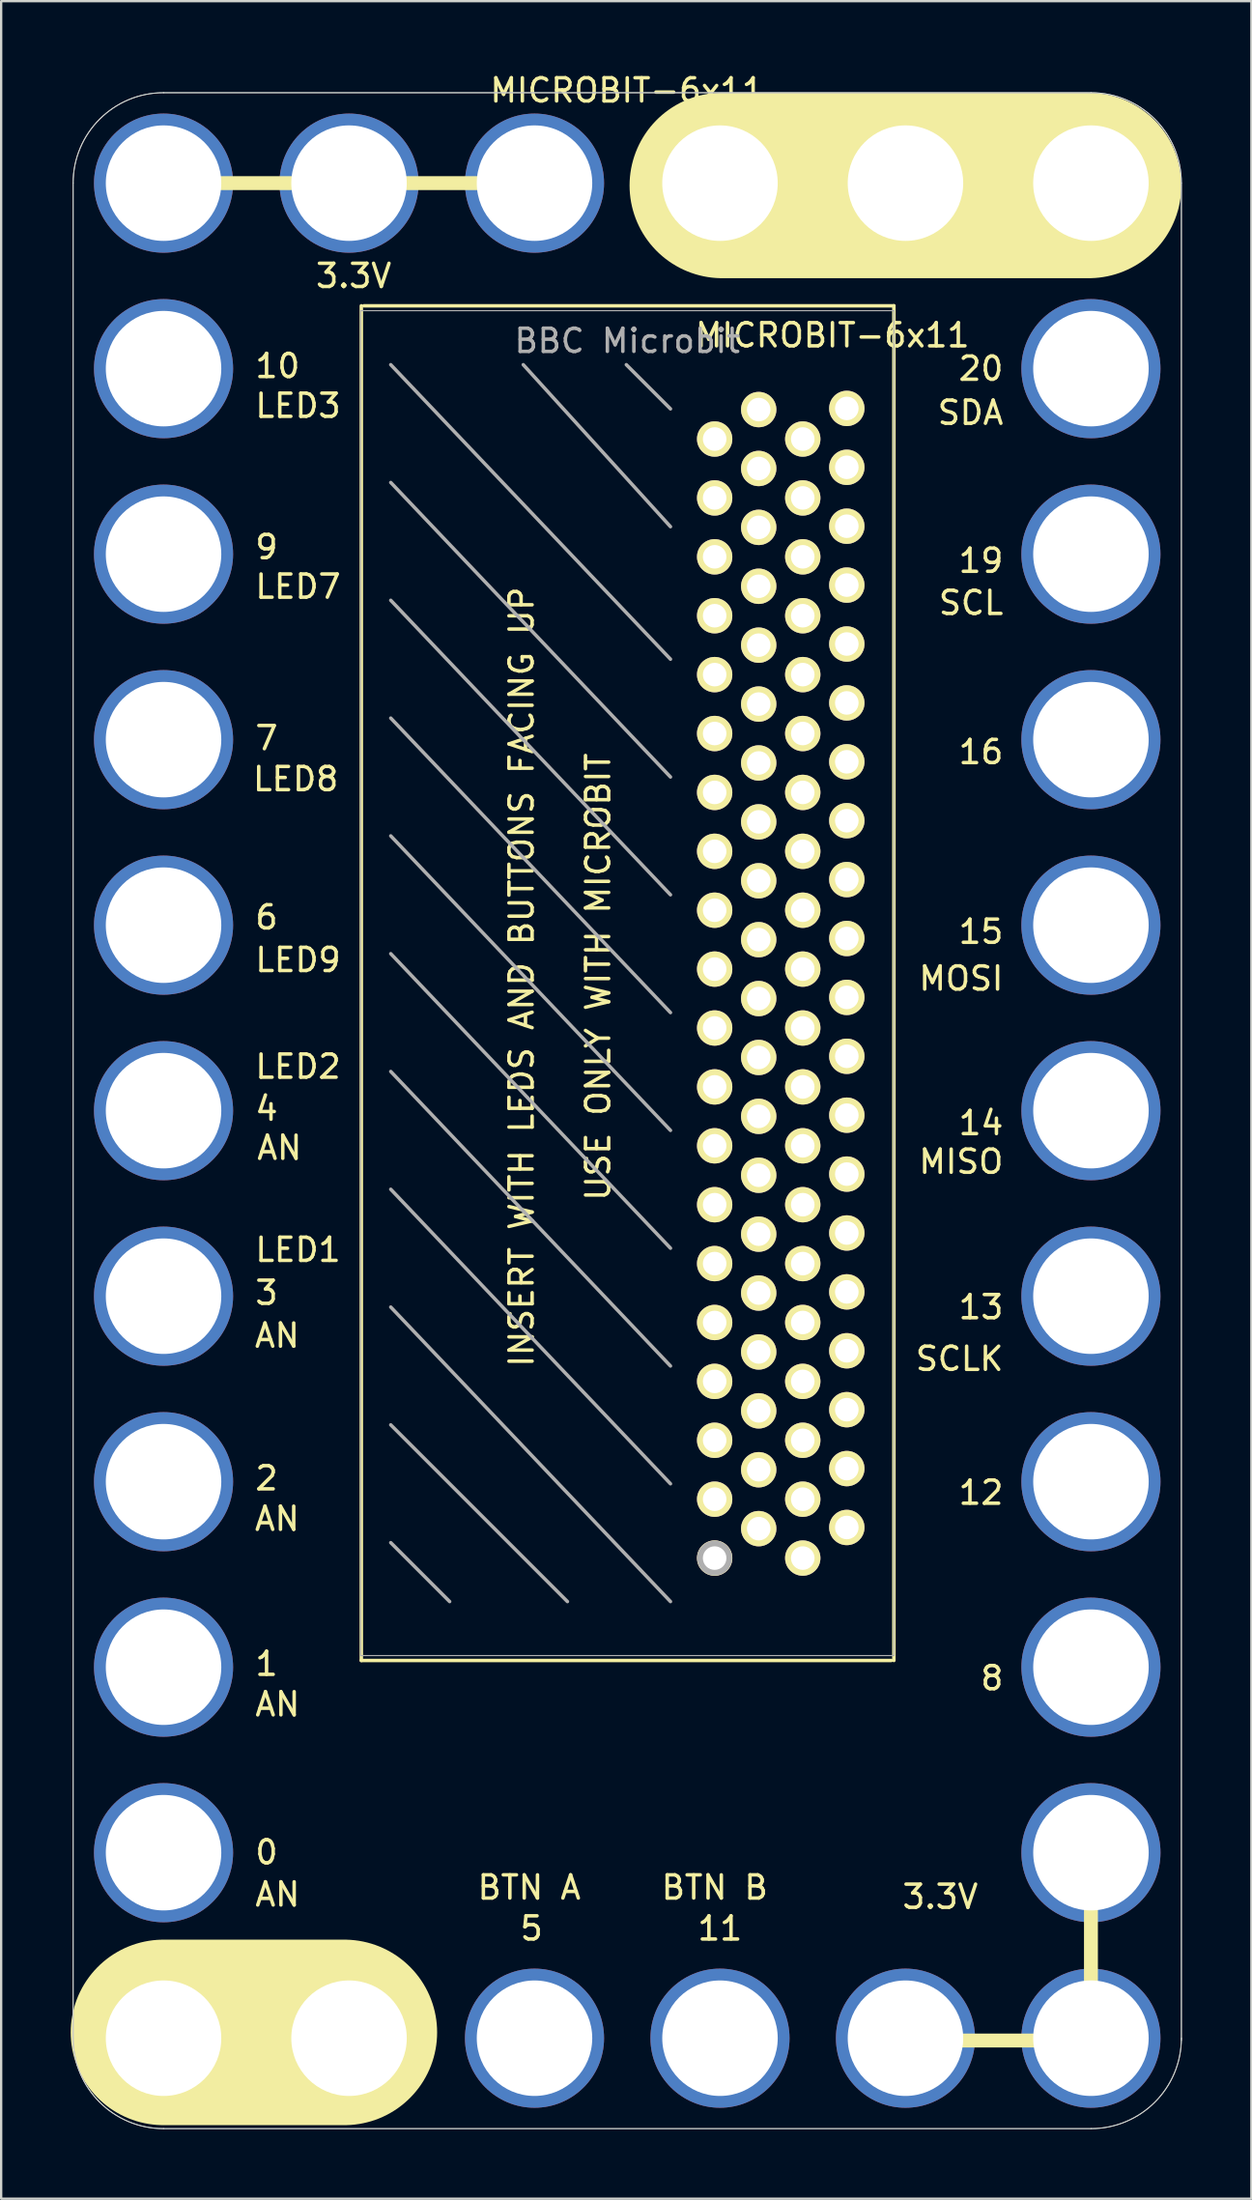
<source format=kicad_pcb>
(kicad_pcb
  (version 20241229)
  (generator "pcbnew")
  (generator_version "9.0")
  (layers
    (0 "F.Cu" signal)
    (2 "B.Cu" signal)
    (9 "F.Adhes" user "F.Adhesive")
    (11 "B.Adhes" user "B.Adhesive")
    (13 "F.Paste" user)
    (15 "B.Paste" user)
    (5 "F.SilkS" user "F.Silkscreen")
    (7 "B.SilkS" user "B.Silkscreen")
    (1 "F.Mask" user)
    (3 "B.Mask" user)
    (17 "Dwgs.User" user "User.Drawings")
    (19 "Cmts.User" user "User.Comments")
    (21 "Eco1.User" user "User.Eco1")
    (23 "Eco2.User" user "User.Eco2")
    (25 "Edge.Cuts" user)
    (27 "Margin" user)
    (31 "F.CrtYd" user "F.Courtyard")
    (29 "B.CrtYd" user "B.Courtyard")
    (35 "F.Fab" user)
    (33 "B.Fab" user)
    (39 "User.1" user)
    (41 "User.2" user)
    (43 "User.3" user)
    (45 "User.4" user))
  (footprint "MICROBIT-6x11"
    (layer "F.Cu")
    (at 4.004 4.848)
    (property "Reference" "MICROBIT-6x11" (at 20 -4 180) (layer "F.SilkS") (effects (font (size 1 1) (thickness 0.15))))
    (attr through_hole)
    (fp_line (start -0.5 0) (end 16.3 0) (stroke (width 0.6) (type solid)) (layer "F.SilkS"))
    (fp_line (start 7.8 79.75) (end -0.004 79.75) (stroke (width 8) (type solid)) (layer "F.SilkS"))
    (fp_line (start 8.53 63.71) (end 8.53 5.29) (stroke (width 0.15) (type solid)) (layer "F.SilkS"))
    (fp_line (start 8.53 63.71) (end 31.39 63.71) (stroke (width 0.15) (type solid)) (layer "F.SilkS"))
    (fp_line (start 8.64 5.29) (end 31.5 5.29) (stroke (width 0.15) (type solid)) (layer "F.SilkS"))
    (fp_line (start 24.1 0.1) (end 39.9 0.1) (stroke (width 8) (type solid)) (layer "F.SilkS"))
    (fp_line (start 31.5 63.71) (end 31.5 5.29) (stroke (width 0.15) (type solid)) (layer "F.SilkS"))
    (fp_line (start 32 80.1) (end 39.9 80.1) (stroke (width 0.6) (type solid)) (layer "F.SilkS"))
    (fp_line (start 40 72.2) (end 40 80.1) (stroke (width 0.6) (type solid)) (layer "F.SilkS"))
    (fp_line (start -3.9 0) (end -3.9 80) (stroke (width 0.041) (type solid)) (layer "Edge.Cuts"))
    (fp_line (start 0 83.9) (end 40 83.9) (stroke (width 0.041) (type solid)) (layer "Edge.Cuts"))
    (fp_line (start 40 -3.9) (end 0 -3.9) (stroke (width 0.041) (type solid)) (layer "Edge.Cuts"))
    (fp_line (start 43.9 80.1) (end 43.9 0) (stroke (width 0.041) (type solid)) (layer "Edge.Cuts"))
    (fp_arc (start -3.9 0) (mid -2.757716 -2.757716) (end 0 -3.9) (stroke (width 0.04064) (type solid)) (layer "Edge.Cuts"))
    (fp_arc (start 0 83.9) (mid -2.755309 82.760122) (end -3.899994 80.006807) (stroke (width 0.04064) (type solid)) (layer "Edge.Cuts"))
    (fp_arc (start 40 -3.9) (mid 42.755309 -2.760122) (end 43.899994 -0.006807) (stroke (width 0.04064) (type solid)) (layer "Edge.Cuts"))
    (fp_arc (start 43.9 80) (mid 42.757716 82.757716) (end 40 83.9) (stroke (width 0.04064) (type solid)) (layer "Edge.Cuts"))
    (fp_line (start -3.9 0) (end -3.9 80) (stroke (width 0.041) (type solid)) (layer "F.Fab"))
    (fp_line (start 0 83.9) (end 40 83.9) (stroke (width 0.041) (type solid)) (layer "F.Fab"))
    (fp_line (start 8.5 5.5) (end 31.5 5.5) (stroke (width 0.05) (type solid)) (layer "F.Fab"))
    (fp_line (start 8.5 63.5) (end 8.5 5.5) (stroke (width 0.05) (type solid)) (layer "F.Fab"))
    (fp_line (start 8.5 63.5) (end 31.5 63.5) (stroke (width 0.05) (type solid)) (layer "F.Fab"))
    (fp_line (start 12.34 61.17) (end 9.8 58.63) (stroke (width 0.15) (type solid)) (layer "F.Fab"))
    (fp_line (start 17.42 61.17) (end 9.8 53.55) (stroke (width 0.15) (type solid)) (layer "F.Fab"))
    (fp_line (start 19.96 7.83) (end 21.865 9.735) (stroke (width 0.15) (type solid)) (layer "F.Fab"))
    (fp_line (start 21.865 14.815) (end 15.515 7.83) (stroke (width 0.15) (type solid)) (layer "F.Fab"))
    (fp_line (start 21.865 20.53) (end 9.8 7.83) (stroke (width 0.15) (type solid)) (layer "F.Fab"))
    (fp_line (start 21.865 25.61) (end 9.8 12.91) (stroke (width 0.15) (type solid)) (layer "F.Fab"))
    (fp_line (start 21.865 30.69) (end 9.8 17.99) (stroke (width 0.15) (type solid)) (layer "F.Fab"))
    (fp_line (start 21.865 35.77) (end 9.8 23.07) (stroke (width 0.15) (type solid)) (layer "F.Fab"))
    (fp_line (start 21.865 40.85) (end 9.8 28.15) (stroke (width 0.15) (type solid)) (layer "F.Fab"))
    (fp_line (start 21.865 45.93) (end 9.8 33.23) (stroke (width 0.15) (type solid)) (layer "F.Fab"))
    (fp_line (start 21.865 51.01) (end 9.8 38.31) (stroke (width 0.15) (type solid)) (layer "F.Fab"))
    (fp_line (start 21.865 56.09) (end 9.8 43.39) (stroke (width 0.15) (type solid)) (layer "F.Fab"))
    (fp_line (start 21.865 61.17) (end 9.8 48.47) (stroke (width 0.15) (type solid)) (layer "F.Fab"))
    (fp_line (start 31.5 63.5) (end 31.5 5.5) (stroke (width 0.05) (type solid)) (layer "F.Fab"))
    (fp_line (start 40 -3.9) (end 0 -3.9) (stroke (width 0.041) (type solid)) (layer "F.Fab"))
    (fp_line (start 43.9 80) (end 43.9 0) (stroke (width 0.041) (type solid)) (layer "F.Fab"))
    (fp_arc (start -3.9 0) (mid -2.757716 -2.757716) (end 0 -3.9) (stroke (width 0.04064) (type solid)) (layer "F.Fab"))
    (fp_arc (start 0 83.9) (mid -2.755309 82.760122) (end -3.899994 80.006807) (stroke (width 0.04064) (type solid)) (layer "F.Fab"))
    (fp_arc (start 40 -3.9) (mid 42.755309 -2.760122) (end 43.899994 -0.006807) (stroke (width 0.04064) (type solid)) (layer "F.Fab"))
    (fp_arc (start 43.9 80) (mid 42.757716 82.757716) (end 40 83.9) (stroke (width 0.04064) (type solid)) (layer "F.Fab"))
    (fp_circle (center 23.77 59.295) (end 23.77 58.795) (stroke (width 0.5) (type solid)) (fill no) (layer "F.Fab"))
    (fp_text user "LED8" (at 5.7 25.7 0) (layer "F.SilkS") (effects (font (size 1 1) (thickness 0.15))))
    (fp_text user "SCL" (at 34.829 18.1 0) (layer "F.SilkS") (effects (font (size 1 1) (thickness 0.15))))
    (fp_text user "9" (at 4.443 15.694 0) (layer "F.SilkS") (effects (font (size 1 1) (thickness 0.15))))
    (fp_text user "MOSI" (at 34.4 34.3 0) (layer "F.SilkS") (effects (font (size 1 1) (thickness 0.15))))
    (fp_text user "6" (at 4.443 31.664 0) (layer "F.SilkS") (effects (font (size 1 1) (thickness 0.15))))
    (fp_text user "AN" (at 4.919 65.6 0) (layer "F.SilkS") (effects (font (size 1 1) (thickness 0.15))))
    (fp_text user "8" (at 35.733 64.473 0) (layer "F.SilkS") (effects (font (size 1 1) (thickness 0.15))))
    (fp_text user "USE ONLY WITH MICROBIT" (at 18.744 34.23 270) (layer "F.SilkS") (effects (font (size 1 1) (thickness 0.15))))
    (fp_text user "AN" (at 5 41.6 0) (layer "F.SilkS") (effects (font (size 1 1) (thickness 0.15))))
    (fp_text user "SCLK" (at 34.329 50.7 0) (layer "F.SilkS") (effects (font (size 1 1) (thickness 0.15))))
    (fp_text user "14" (at 35.257 40.533 0) (layer "F.SilkS") (effects (font (size 1 1) (thickness 0.15))))
    (fp_text user "0" (at 4.443 71.984 0) (layer "F.SilkS") (effects (font (size 1 1) (thickness 0.15))))
    (fp_text user "3" (at 4.443 47.854 0) (layer "F.SilkS") (effects (font (size 1 1) (thickness 0.15))))
    (fp_text user "3.3V" (at 33.5 73.9 0) (layer "F.SilkS") (effects (font (size 1 1) (thickness 0.15))))
    (fp_text user "AN" (at 4.919 73.8 0) (layer "F.SilkS") (effects (font (size 1 1) (thickness 0.15))))
    (fp_text user "SDA" (at 34.805 9.9 0) (layer "F.SilkS") (effects (font (size 1 1) (thickness 0.15))))
    (fp_text user "11" (at 23.999 75.267 0) (layer "F.SilkS") (effects (font (size 1 1) (thickness 0.15))))
    (fp_text user "4" (at 4.443 39.914 0) (layer "F.SilkS") (effects (font (size 1 1) (thickness 0.15))))
    (fp_text user "BTN A" (at 15.771 73.5 0) (layer "F.SilkS") (effects (font (size 1 1) (thickness 0.15))))
    (fp_text user "INSERT WITH LEDS AND BUTTONS FACING UP" (at 15.442 34.23 270) (layer "F.SilkS") (effects (font (size 1 1) (thickness 0.15))))
    (fp_text user "AN" (at 4.9 57.6 0) (layer "F.SilkS") (effects (font (size 1 1) (thickness 0.15))))
    (fp_text user "LED3" (at 5.8 9.6 0) (layer "F.SilkS") (effects (font (size 1 1) (thickness 0.15))))
    (fp_text user "16" (at 35.257 24.533 0) (layer "F.SilkS") (effects (font (size 1 1) (thickness 0.15))))
    (fp_text user "12" (at 35.257 56.473 0) (layer "F.SilkS") (effects (font (size 1 1) (thickness 0.15))))
    (fp_text user "7" (at 4.443 23.934 0) (layer "F.SilkS") (effects (font (size 1 1) (thickness 0.15))))
    (fp_text user "${REFERENCE}" (at 28.85 6.56 180) (layer "F.SilkS") (effects (font (size 1 1) (thickness 0.15))))
    (fp_text user "LED2" (at 5.8 38.1 0) (layer "F.SilkS") (effects (font (size 1 1) (thickness 0.15))))
    (fp_text user "2" (at 4.443 55.854 0) (layer "F.SilkS") (effects (font (size 1 1) (thickness 0.15))))
    (fp_text user "LED7" (at 5.8 17.4 0) (layer "F.SilkS") (effects (font (size 1 1) (thickness 0.15))))
    (fp_text user "3.3V" (at 8.2 4 180) (layer "F.SilkS") (effects (font (size 1 1) (thickness 0.15))))
    (fp_text user "MISO" (at 34.4 42.2 0) (layer "F.SilkS") (effects (font (size 1 1) (thickness 0.15))))
    (fp_text user "19" (at 35.257 16.283 0) (layer "F.SilkS") (effects (font (size 1 1) (thickness 0.15))))
    (fp_text user "5" (at 15.871 75.267 0) (layer "F.SilkS") (effects (font (size 1 1) (thickness 0.15))))
    (fp_text user "20" (at 35.257 8 0) (layer "F.SilkS") (effects (font (size 1 1) (thickness 0.15))))
    (fp_text user "BTN B" (at 23.771 73.5 0) (layer "F.SilkS") (effects (font (size 1 1) (thickness 0.15))))
    (fp_text user "LED1" (at 5.8 46 0) (layer "F.SilkS") (effects (font (size 1 1) (thickness 0.15))))
    (fp_text user "AN" (at 4.9 49.7 0) (layer "F.SilkS") (effects (font (size 1 1) (thickness 0.15))))
    (fp_text user "10" (at 4.919 7.884 0) (layer "F.SilkS") (effects (font (size 1 1) (thickness 0.15))))
    (fp_text user "15" (at 35.257 32.283 0) (layer "F.SilkS") (effects (font (size 1 1) (thickness 0.15))))
    (fp_text user "13" (at 35.257 48.473 0) (layer "F.SilkS") (effects (font (size 1 1) (thickness 0.15))))
    (fp_text user "1" (at 4.443 63.854 0) (layer "F.SilkS") (effects (font (size 1 1) (thickness 0.15))))
    (fp_text user "LED9" (at 5.8 33.5 0) (layer "F.SilkS") (effects (font (size 1 1) (thickness 0.15))))
    (fp_text user "BBC Microbit" (at 20 6.8 0) (layer "F.Fab") (effects (font (size 1 1) (thickness 0.15))))
    (pad "0" thru_hole circle (at 0 72 270) (size 6 6) (drill 4.98) (layers "*.Cu" "*.Mask"))
    (pad "0" thru_hole circle (at 27.57 54.215 90) (size 1.524 1.524) (drill 1.016) (layers "*.Cu" "*.Mask" "F.SilkS"))
    (pad "0" thru_hole circle (at 27.57 56.755 90) (size 1.524 1.524) (drill 1.016) (layers "*.Cu" "*.Mask" "F.SilkS"))
    (pad "0" thru_hole circle (at 29.47 55.435 90) (size 1.524 1.524) (drill 1.016) (layers "*.Cu" "*.Mask" "F.SilkS"))
    (pad "0" thru_hole circle (at 29.47 57.975 90) (size 1.524 1.524) (drill 1.016) (layers "*.Cu" "*.Mask" "F.SilkS"))
    (pad "1" thru_hole circle (at 0 64 270) (size 6 6) (drill 4.98) (layers "*.Cu" "*.Mask"))
    (pad "1" thru_hole circle (at 27.57 44.055 90) (size 1.524 1.524) (drill 1.016) (layers "*.Cu" "*.Mask" "F.SilkS"))
    (pad "1" thru_hole circle (at 27.57 46.595 90) (size 1.524 1.524) (drill 1.016) (layers "*.Cu" "*.Mask" "F.SilkS"))
    (pad "1" thru_hole circle (at 29.47 45.275 90) (size 1.524 1.524) (drill 1.016) (layers "*.Cu" "*.Mask" "F.SilkS"))
    (pad "1" thru_hole circle (at 29.47 47.815 90) (size 1.524 1.524) (drill 1.016) (layers "*.Cu" "*.Mask" "F.SilkS"))
    (pad "2" thru_hole circle (at 0 56 270) (size 6 6) (drill 4.98) (layers "*.Cu" "*.Mask"))
    (pad "2" thru_hole circle (at 27.57 33.895 90) (size 1.524 1.524) (drill 1.016) (layers "*.Cu" "*.Mask" "F.SilkS"))
    (pad "2" thru_hole circle (at 27.57 36.435 90) (size 1.524 1.524) (drill 1.016) (layers "*.Cu" "*.Mask" "F.SilkS"))
    (pad "2" thru_hole circle (at 29.47 32.575 90) (size 1.524 1.524) (drill 1.016) (layers "*.Cu" "*.Mask" "F.SilkS"))
    (pad "2" thru_hole circle (at 29.47 35.115 90) (size 1.524 1.524) (drill 1.016) (layers "*.Cu" "*.Mask" "F.SilkS"))
    (pad "3" thru_hole circle (at 0 48 270) (size 6 6) (drill 4.98) (layers "*.Cu" "*.Mask"))
    (pad "3" thru_hole circle (at 27.57 59.295 90) (size 1.524 1.524) (drill 1.016) (layers "*.Cu" "*.Mask" "F.SilkS"))
    (pad "3V" thru_hole circle (at 0 0 270) (size 6 6) (drill 4.98) (layers "*.Cu" "*.Mask"))
    (pad "3V" thru_hole circle (at 8 0 270) (size 6 6) (drill 4.98) (layers "*.Cu" "*.Mask"))
    (pad "3V" thru_hole circle (at 16 0 270) (size 6 6) (drill 4.98) (layers "*.Cu" "*.Mask"))
    (pad "3V" thru_hole circle (at 27.57 21.195 90) (size 1.524 1.524) (drill 1.016) (layers "*.Cu" "*.Mask" "F.SilkS"))
    (pad "3V" thru_hole circle (at 27.57 23.735 90) (size 1.524 1.524) (drill 1.016) (layers "*.Cu" "*.Mask" "F.SilkS"))
    (pad "3V" thru_hole circle (at 27.57 26.275 90) (size 1.524 1.524) (drill 1.016) (layers "*.Cu" "*.Mask" "F.SilkS"))
    (pad "3V" thru_hole circle (at 29.47 19.875 90) (size 1.524 1.524) (drill 1.016) (layers "*.Cu" "*.Mask" "F.SilkS"))
    (pad "3V" thru_hole circle (at 29.47 22.415 90) (size 1.524 1.524) (drill 1.016) (layers "*.Cu" "*.Mask" "F.SilkS"))
    (pad "3V" thru_hole circle (at 29.47 24.955 90) (size 1.524 1.524) (drill 1.016) (layers "*.Cu" "*.Mask" "F.SilkS"))
    (pad "3V" thru_hole circle (at 32 80 270) (size 6 6) (drill 4.98) (layers "*.Cu" "*.Mask"))
    (pad "3V" thru_hole circle (at 39.999 80 270) (size 6 6) (drill 4.98) (layers "*.Cu" "*.Mask"))
    (pad "3V" thru_hole circle (at 40 72 270) (size 6 6) (drill 4.98) (layers "*.Cu" "*.Mask"))
    (pad "4" thru_hole circle (at 0 40 270) (size 6 6) (drill 4.98) (layers "*.Cu" "*.Mask"))
    (pad "4" thru_hole circle (at 29.47 52.895 90) (size 1.524 1.524) (drill 1.016) (layers "*.Cu" "*.Mask" "F.SilkS"))
    (pad "5" thru_hole circle (at 16 80 270) (size 6 6) (drill 4.98) (layers "*.Cu" "*.Mask"))
    (pad "5" thru_hole circle (at 27.57 51.675 90) (size 1.524 1.524) (drill 1.016) (layers "*.Cu" "*.Mask" "F.SilkS"))
    (pad "6" thru_hole circle (at 0 32 270) (size 6 6) (drill 4.98) (layers "*.Cu" "*.Mask"))
    (pad "6" thru_hole circle (at 29.47 50.355 90) (size 1.524 1.524) (drill 1.016) (layers "*.Cu" "*.Mask" "F.SilkS"))
    (pad "7" thru_hole circle (at 0 24 270) (size 6 6) (drill 4.98) (layers "*.Cu" "*.Mask"))
    (pad "7" thru_hole circle (at 27.57 49.135 90) (size 1.524 1.524) (drill 1.016) (layers "*.Cu" "*.Mask" "F.SilkS"))
    (pad "8" thru_hole circle (at 29.47 42.735 90) (size 1.524 1.524) (drill 1.016) (layers "*.Cu" "*.Mask" "F.SilkS"))
    (pad "8" thru_hole circle (at 40 64 270) (size 6 6) (drill 4.98) (layers "*.Cu" "*.Mask"))
    (pad "9" thru_hole circle (at 0 16 270) (size 6 6) (drill 4.98) (layers "*.Cu" "*.Mask"))
    (pad "9" thru_hole circle (at 27.57 41.515 90) (size 1.524 1.524) (drill 1.016) (layers "*.Cu" "*.Mask" "F.SilkS"))
    (pad "10" thru_hole circle (at 0 8 270) (size 6 6) (drill 4.98) (layers "*.Cu" "*.Mask"))
    (pad "10" thru_hole circle (at 29.47 40.195 90) (size 1.524 1.524) (drill 1.016) (layers "*.Cu" "*.Mask" "F.SilkS"))
    (pad "11" thru_hole circle (at 24 80 270) (size 6 6) (drill 4.98) (layers "*.Cu" "*.Mask"))
    (pad "11" thru_hole circle (at 27.57 38.975 90) (size 1.524 1.524) (drill 1.016) (layers "*.Cu" "*.Mask" "F.SilkS"))
    (pad "12" thru_hole circle (at 29.47 37.655 90) (size 1.524 1.524) (drill 1.016) (layers "*.Cu" "*.Mask" "F.SilkS"))
    (pad "12" thru_hole circle (at 40 56 270) (size 6 6) (drill 4.98) (layers "*.Cu" "*.Mask"))
    (pad "13" thru_hole circle (at 27.57 31.355 90) (size 1.524 1.524) (drill 1.016) (layers "*.Cu" "*.Mask" "F.SilkS"))
    (pad "13" thru_hole circle (at 39.999 48 270) (size 6 6) (drill 4.98) (layers "*.Cu" "*.Mask"))
    (pad "14" thru_hole circle (at 29.47 30.035 90) (size 1.524 1.524) (drill 1.016) (layers "*.Cu" "*.Mask" "F.SilkS"))
    (pad "14" thru_hole circle (at 40 40 270) (size 6 6) (drill 4.98) (layers "*.Cu" "*.Mask"))
    (pad "15" thru_hole circle (at 27.57 28.815 90) (size 1.524 1.524) (drill 1.016) (layers "*.Cu" "*.Mask" "F.SilkS"))
    (pad "15" thru_hole circle (at 39.999 32 270) (size 6 6) (drill 4.98) (layers "*.Cu" "*.Mask"))
    (pad "16" thru_hole circle (at 29.47 27.495 90) (size 1.524 1.524) (drill 1.016) (layers "*.Cu" "*.Mask" "F.SilkS"))
    (pad "16" thru_hole circle (at 39.999 24 270) (size 6 6) (drill 4.98) (layers "*.Cu" "*.Mask"))
    (pad "19" thru_hole circle (at 27.57 18.655 90) (size 1.524 1.524) (drill 1.016) (layers "*.Cu" "*.Mask" "F.SilkS"))
    (pad "19" thru_hole circle (at 39.999 16 270) (size 6 6) (drill 4.98) (layers "*.Cu" "*.Mask"))
    (pad "20" thru_hole circle (at 29.47 17.335 90) (size 1.524 1.524) (drill 1.016) (layers "*.Cu" "*.Mask" "F.SilkS"))
    (pad "20" thru_hole circle (at 39.999 8 270) (size 6 6) (drill 4.98) (layers "*.Cu" "*.Mask"))
    (pad "GND" thru_hole circle (at 0 80 270) (size 6 6) (drill 4.98) (layers "*.Cu" "*.Mask"))
    (pad "GND" thru_hole circle (at 8 80 270) (size 6 6) (drill 4.98) (layers "*.Cu" "*.Mask"))
    (pad "GND" thru_hole circle (at 24 0 270) (size 6 6) (drill 4.98) (layers "*.Cu" "*.Mask"))
    (pad "GND" thru_hole circle (at 27.57 11.035 90) (size 1.524 1.524) (drill 1.016) (layers "*.Cu" "*.Mask" "F.SilkS"))
    (pad "GND" thru_hole circle (at 27.57 13.575 90) (size 1.524 1.524) (drill 1.016) (layers "*.Cu" "*.Mask" "F.SilkS"))
    (pad "GND" thru_hole circle (at 27.57 16.115 90) (size 1.524 1.524) (drill 1.016) (layers "*.Cu" "*.Mask" "F.SilkS"))
    (pad "GND" thru_hole circle (at 29.47 9.715 90) (size 1.524 1.524) (drill 1.016) (layers "*.Cu" "*.Mask" "F.SilkS"))
    (pad "GND" thru_hole circle (at 29.47 12.255 90) (size 1.524 1.524) (drill 1.016) (layers "*.Cu" "*.Mask" "F.SilkS"))
    (pad "GND" thru_hole circle (at 29.47 14.795 90) (size 1.524 1.524) (drill 1.016) (layers "*.Cu" "*.Mask" "F.SilkS"))
    (pad "GND" thru_hole circle (at 32 0 270) (size 6 6) (drill 4.98) (layers "*.Cu" "*.Mask"))
    (pad "GND" thru_hole circle (at 39.999 0 270) (size 6 6) (drill 4.98) (layers "*.Cu" "*.Mask"))
    (pad "NC" thru_hole circle (at 23.77 11.035 90) (size 1.524 1.524) (drill 1.016) (layers "*.Cu" "*.Mask" "F.SilkS"))
    (pad "NC" thru_hole circle (at 23.77 13.575 90) (size 1.524 1.524) (drill 1.016) (layers "*.Cu" "*.Mask" "F.SilkS"))
    (pad "NC" thru_hole circle (at 23.77 16.115 90) (size 1.524 1.524) (drill 1.016) (layers "*.Cu" "*.Mask" "F.SilkS"))
    (pad "NC" thru_hole circle (at 23.77 18.655 90) (size 1.524 1.524) (drill 1.016) (layers "*.Cu" "*.Mask" "F.SilkS"))
    (pad "NC" thru_hole circle (at 23.77 21.195 90) (size 1.524 1.524) (drill 1.016) (layers "*.Cu" "*.Mask" "F.SilkS"))
    (pad "NC" thru_hole circle (at 23.77 23.735 90) (size 1.524 1.524) (drill 1.016) (layers "*.Cu" "*.Mask" "F.SilkS"))
    (pad "NC" thru_hole circle (at 23.77 26.275 90) (size 1.524 1.524) (drill 1.016) (layers "*.Cu" "*.Mask" "F.SilkS"))
    (pad "NC" thru_hole circle (at 23.77 28.815 90) (size 1.524 1.524) (drill 1.016) (layers "*.Cu" "*.Mask" "F.SilkS"))
    (pad "NC" thru_hole circle (at 23.77 31.355 90) (size 1.524 1.524) (drill 1.016) (layers "*.Cu" "*.Mask" "F.SilkS"))
    (pad "NC" thru_hole circle (at 23.77 33.895 90) (size 1.524 1.524) (drill 1.016) (layers "*.Cu" "*.Mask" "F.SilkS"))
    (pad "NC" thru_hole circle (at 23.77 36.435 90) (size 1.524 1.524) (drill 1.016) (layers "*.Cu" "*.Mask" "F.SilkS"))
    (pad "NC" thru_hole circle (at 23.77 38.975 90) (size 1.524 1.524) (drill 1.016) (layers "*.Cu" "*.Mask" "F.SilkS"))
    (pad "NC" thru_hole circle (at 23.77 41.515 90) (size 1.524 1.524) (drill 1.016) (layers "*.Cu" "*.Mask" "F.SilkS"))
    (pad "NC" thru_hole circle (at 23.77 44.055 90) (size 1.524 1.524) (drill 1.016) (layers "*.Cu" "*.Mask" "F.SilkS"))
    (pad "NC" thru_hole circle (at 23.77 46.595 90) (size 1.524 1.524) (drill 1.016) (layers "*.Cu" "*.Mask" "F.SilkS"))
    (pad "NC" thru_hole circle (at 23.77 49.135 90) (size 1.524 1.524) (drill 1.016) (layers "*.Cu" "*.Mask" "F.SilkS"))
    (pad "NC" thru_hole circle (at 23.77 51.675 90) (size 1.524 1.524) (drill 1.016) (layers "*.Cu" "*.Mask" "F.SilkS"))
    (pad "NC" thru_hole circle (at 23.77 54.215 90) (size 1.524 1.524) (drill 1.016) (layers "*.Cu" "*.Mask" "F.SilkS"))
    (pad "NC" thru_hole circle (at 23.77 56.755 90) (size 1.524 1.524) (drill 1.016) (layers "*.Cu" "*.Mask" "F.SilkS"))
    (pad "NC" thru_hole circle (at 23.77 59.295 90) (size 1.524 1.524) (drill 1.016) (layers "*.Cu" "*.Mask" "F.SilkS"))
    (pad "NC" thru_hole circle (at 25.67 9.765 90) (size 1.524 1.524) (drill 1.016) (layers "*.Cu" "*.Mask" "F.SilkS"))
    (pad "NC" thru_hole circle (at 25.67 12.305 90) (size 1.524 1.524) (drill 1.016) (layers "*.Cu" "*.Mask" "F.SilkS"))
    (pad "NC" thru_hole circle (at 25.67 14.845 90) (size 1.524 1.524) (drill 1.016) (layers "*.Cu" "*.Mask" "F.SilkS"))
    (pad "NC" thru_hole circle (at 25.67 17.385 90) (size 1.524 1.524) (drill 1.016) (layers "*.Cu" "*.Mask" "F.SilkS"))
    (pad "NC" thru_hole circle (at 25.67 19.925 90) (size 1.524 1.524) (drill 1.016) (layers "*.Cu" "*.Mask" "F.SilkS"))
    (pad "NC" thru_hole circle (at 25.67 22.465 90) (size 1.524 1.524) (drill 1.016) (layers "*.Cu" "*.Mask" "F.SilkS"))
    (pad "NC" thru_hole circle (at 25.67 25.005 90) (size 1.524 1.524) (drill 1.016) (layers "*.Cu" "*.Mask" "F.SilkS"))
    (pad "NC" thru_hole circle (at 25.67 27.545 90) (size 1.524 1.524) (drill 1.016) (layers "*.Cu" "*.Mask" "F.SilkS"))
    (pad "NC" thru_hole circle (at 25.67 30.085 90) (size 1.524 1.524) (drill 1.016) (layers "*.Cu" "*.Mask" "F.SilkS"))
    (pad "NC" thru_hole circle (at 25.67 32.625 90) (size 1.524 1.524) (drill 1.016) (layers "*.Cu" "*.Mask" "F.SilkS"))
    (pad "NC" thru_hole circle (at 25.67 35.165 90) (size 1.524 1.524) (drill 1.016) (layers "*.Cu" "*.Mask" "F.SilkS"))
    (pad "NC" thru_hole circle (at 25.67 37.705 90) (size 1.524 1.524) (drill 1.016) (layers "*.Cu" "*.Mask" "F.SilkS"))
    (pad "NC" thru_hole circle (at 25.67 42.785 90) (size 1.524 1.524) (drill 1.016) (layers "*.Cu" "*.Mask" "F.SilkS"))
    (pad "NC" thru_hole circle (at 25.67 45.325 90) (size 1.524 1.524) (drill 1.016) (layers "*.Cu" "*.Mask" "F.SilkS"))
    (pad "NC" thru_hole circle (at 25.67 47.865 90) (size 1.524 1.524) (drill 1.016) (layers "*.Cu" "*.Mask" "F.SilkS"))
    (pad "NC" thru_hole circle (at 25.67 50.405 90) (size 1.524 1.524) (drill 1.016) (layers "*.Cu" "*.Mask" "F.SilkS"))
    (pad "NC" thru_hole circle (at 25.67 52.945 90) (size 1.524 1.524) (drill 1.016) (layers "*.Cu" "*.Mask" "F.SilkS"))
    (pad "NC" thru_hole circle (at 25.67 55.485 90) (size 1.524 1.524) (drill 1.016) (layers "*.Cu" "*.Mask" "F.SilkS"))
    (pad "NC" thru_hole circle (at 25.67 58.025 90) (size 1.524 1.524) (drill 1.016) (layers "*.Cu" "*.Mask" "F.SilkS"))
    (pad "Nc" thru_hole circle (at 25.67 40.245 90) (size 1.524 1.524) (drill 1.016) (layers "*.Cu" "*.Mask" "F.SilkS")))
  (gr_rect
    (start -3 -3)
    (end 50.924 91.769)
    (stroke (width 0.1) (type default))
    (fill no)
    (layer "Edge.Cuts")))
</source>
